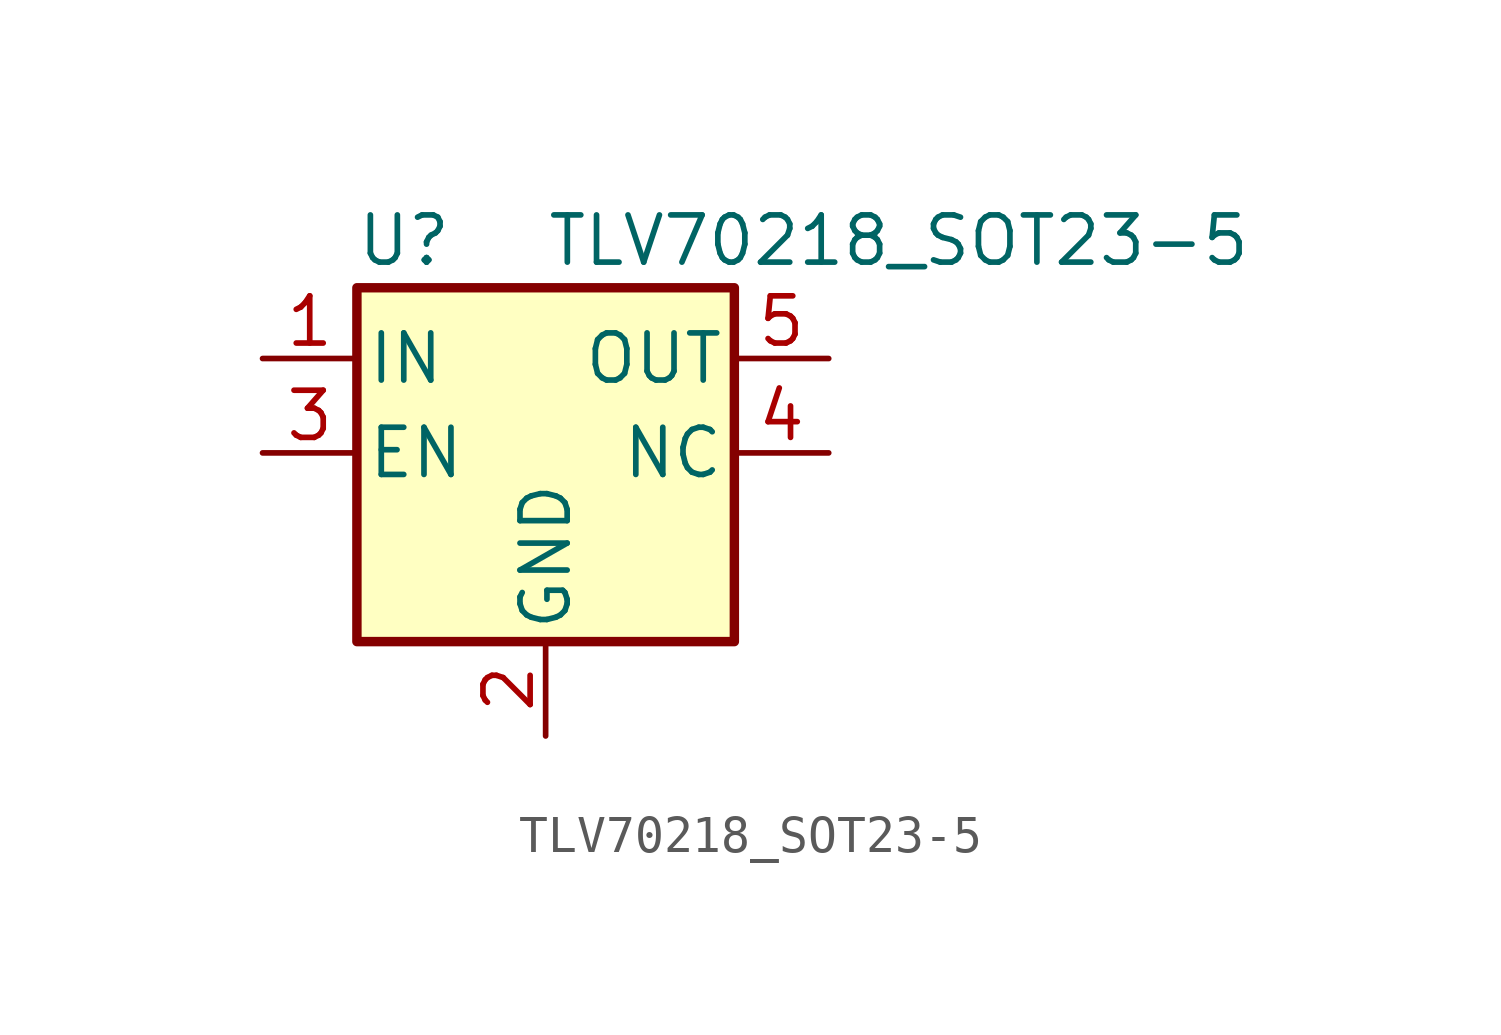
<source format=kicad_sym>
(kicad_symbol_lib
  (version 20220914)
  (generator kicad_symbol_editor)
  (symbol "TLV70218_SOT23-5"
    (pin_names
      (offset 0.254))
    (property "Reference" "U"
      (at -3.81 5.715 0)
      (effects (font (size 1.27 1.27))))
    (property "Value" "TLV70218_SOT23-5"
      (at 0 5.715 0)
      (effects (font (size 1.27 1.27)) (justify left)))
    (symbol "TLV70218_SOT23-5_0_1"
      (rectangle (start -5.08 4.445) (end 5.08 -5.08) (stroke (width 0.254) (type default)) (fill (type background))))
    (symbol "TLV70218_SOT23-5_1_1"
      (pin power_in line (at -7.62 2.54 0) (length 2.54) (name "IN" (effects (font (size 1.27 1.27)))) (number "1" (effects (font (size 1.27 1.27)))))
      (pin power_in line (at 0 -7.62 90) (length 2.54) (name "GND" (effects (font (size 1.27 1.27)))) (number "2" (effects (font (size 1.27 1.27)))))
      (pin input line (at -7.62 0 0) (length 2.54) (name "EN" (effects (font (size 1.27 1.27)))) (number "3" (effects (font (size 1.27 1.27)))))
      (pin input line (at 7.62 0 180) (length 2.54) (name "NC" (effects (font (size 1.27 1.27)))) (number "4" (effects (font (size 1.27 1.27)))))
      (pin power_out line (at 7.62 2.54 180) (length 2.54) (name "OUT" (effects (font (size 1.27 1.27)))) (number "5" (effects (font (size 1.27 1.27))))))))
</source>
